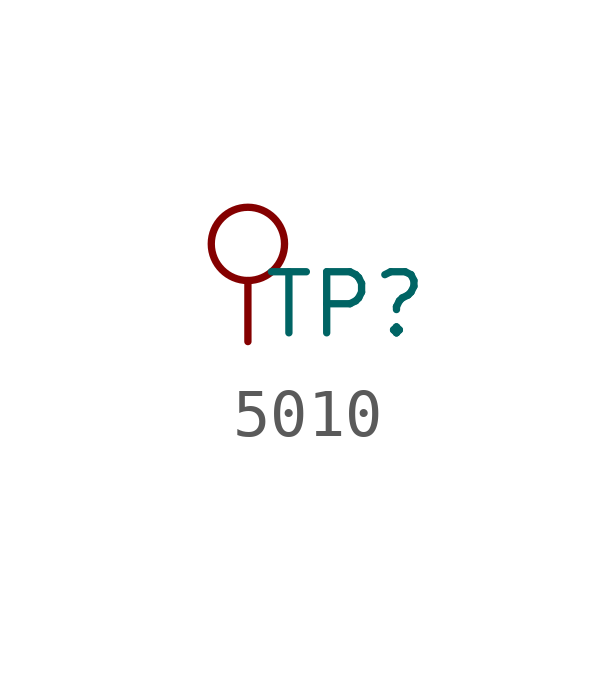
<source format=kicad_sym>
(kicad_symbol_lib
  (version 20211014)
  (generator kicad_symbol_editor)
  (symbol "5010"
    (property "Reference" "TP"
      (at 2.032 0.762 0)
      (effects (font (size 1.27 1.27))))
    (symbol "5010_0_1"
      (circle (center 0 2.032) (radius 0.762) (stroke (width 0) (type default) (color 0 0 0 0)) (fill (type none))))
    (symbol "5010_1_1"
      (pin passive line (at 0 0 90) (length 1.27) (name "" (effects (font (size 1.27 1.27)))) (number "" (effects (font (size 1.27 1.27))))))))
</source>
